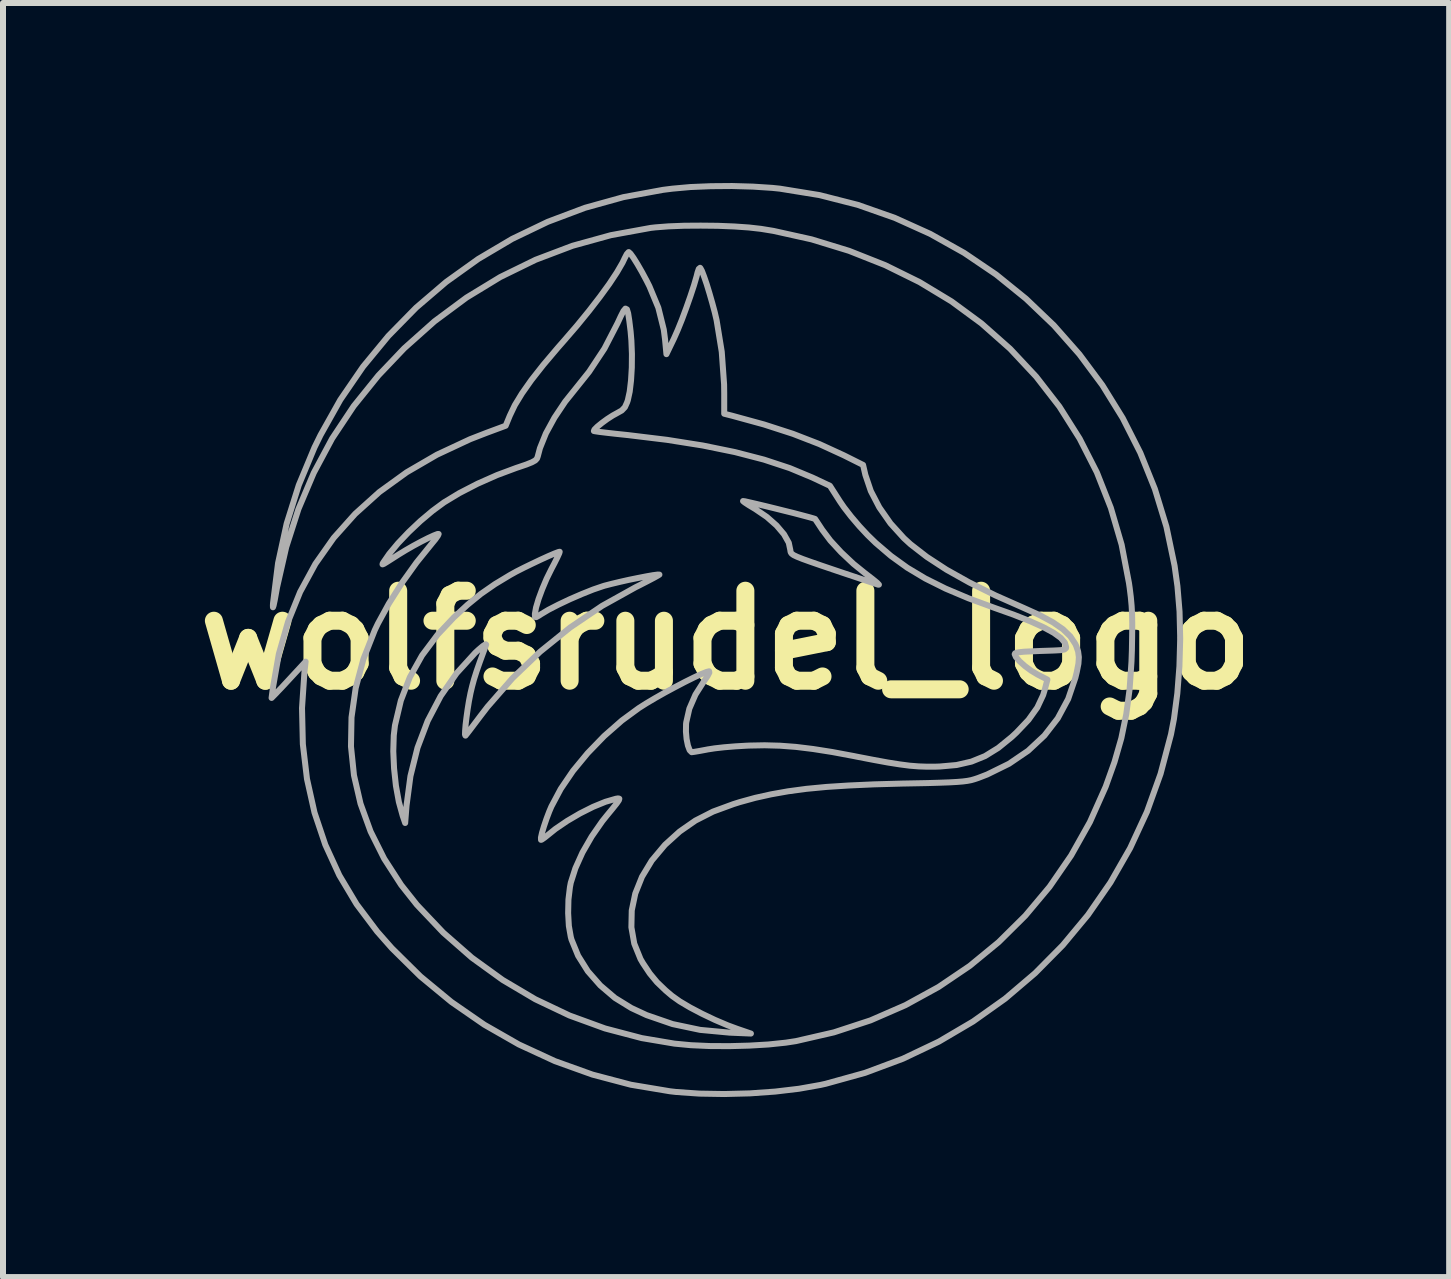
<source format=kicad_pcb>
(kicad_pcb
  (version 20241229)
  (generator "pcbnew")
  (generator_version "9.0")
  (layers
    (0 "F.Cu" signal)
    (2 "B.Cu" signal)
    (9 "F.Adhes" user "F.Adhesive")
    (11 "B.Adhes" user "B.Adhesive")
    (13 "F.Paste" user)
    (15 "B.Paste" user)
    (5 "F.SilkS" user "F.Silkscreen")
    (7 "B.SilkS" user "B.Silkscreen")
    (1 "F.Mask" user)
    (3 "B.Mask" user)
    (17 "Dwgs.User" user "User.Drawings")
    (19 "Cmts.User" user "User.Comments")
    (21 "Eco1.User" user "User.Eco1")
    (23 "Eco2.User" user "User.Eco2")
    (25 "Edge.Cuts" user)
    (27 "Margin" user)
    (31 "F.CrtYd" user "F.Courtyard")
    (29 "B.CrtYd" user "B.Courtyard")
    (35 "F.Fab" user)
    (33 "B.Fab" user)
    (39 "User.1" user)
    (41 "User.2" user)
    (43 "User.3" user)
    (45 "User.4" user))
  (footprint "wolfsrudel_logo"
    (layer "F.Cu")
    (at 9.05 7.616)
    (property "Reference" "wolfsrudel_logo" (at 0 0 0) (layer "F.SilkS") (effects (font (size 1.5 1.5) (thickness 0.3))))
    (attr board_only exclude_from_pos_files exclude_from_bom)
    (fp_poly (pts (xy 0.314 -2.312) (xy 0.393 -2.294) (xy 0.51 -2.267) (xy 0.653 -2.233) (xy 0.812 -2.194) (xy 0.976 -2.153) (xy 1.133 -2.114) (xy 1.273 -2.077) (xy 1.386 -2.047) (xy 1.459 -2.026) (xy 1.483 -2.018) (xy 1.503 -1.988) (xy 1.547 -1.922) (xy 1.602 -1.838) (xy 1.739 -1.656) (xy 1.918 -1.462) (xy 2.122 -1.27) (xy 2.315 -1.114) (xy 2.441 -1.017) (xy 2.518 -0.954) (xy 2.547 -0.923) (xy 2.535 -0.922) (xy 2.506 -0.932) (xy 2.425 -0.959) (xy 2.303 -1) (xy 2.146 -1.053) (xy 1.963 -1.114) (xy 1.8 -1.169) (xy 1.576 -1.245) (xy 1.403 -1.305) (xy 1.275 -1.351) (xy 1.185 -1.387) (xy 1.126 -1.415) (xy 1.093 -1.439) (xy 1.077 -1.462) (xy 1.072 -1.486) (xy 1.072 -1.492) (xy 1.045 -1.621) (xy 0.965 -1.763) (xy 0.841 -1.909) (xy 0.68 -2.051) (xy 0.486 -2.183) (xy 0.471 -2.192) (xy 0.378 -2.248) (xy 0.311 -2.292) (xy 0.283 -2.315) (xy 0.283 -2.316)) (stroke (width 0.1) (type solid)) (fill no) (layer "F.Fab"))
    (fp_poly (pts (xy -2.78 -1.446) (xy -2.811 -1.378) (xy -2.861 -1.278) (xy -2.909 -1.187) (xy -2.991 -1.021) (xy -3.064 -0.848) (xy -3.125 -0.683) (xy -3.167 -0.541) (xy -3.186 -0.436) (xy -3.186 -0.423) (xy -3.184 -0.385) (xy -3.165 -0.381) (xy -3.115 -0.409) (xy -3.087 -0.428) (xy -2.96 -0.504) (xy -2.793 -0.59) (xy -2.601 -0.681) (xy -2.402 -0.767) (xy -2.214 -0.842) (xy -2.053 -0.897) (xy -2.028 -0.905) (xy -1.912 -0.935) (xy -1.771 -0.969) (xy -1.62 -1.003) (xy -1.468 -1.034) (xy -1.33 -1.061) (xy -1.216 -1.081) (xy -1.138 -1.091) (xy -1.111 -1.09) (xy -1.134 -1.075) (xy -1.202 -1.037) (xy -1.307 -0.982) (xy -1.439 -0.914) (xy -1.509 -0.879) (xy -2.066 -0.569) (xy -2.598 -0.209) (xy -3.099 0.195) (xy -3.56 0.637) (xy -3.974 1.111) (xy -4.091 1.263) (xy -4.181 1.382) (xy -4.258 1.484) (xy -4.314 1.557) (xy -4.342 1.592) (xy -4.343 1.593) (xy -4.351 1.577) (xy -4.349 1.513) (xy -4.341 1.413) (xy -4.326 1.289) (xy -4.307 1.153) (xy -4.285 1.017) (xy -4.261 0.895) (xy -4.26 0.889) (xy -4.232 0.771) (xy -4.2 0.653) (xy -4.159 0.523) (xy -4.105 0.368) (xy -4.034 0.174) (xy -3.998 0.077) (xy -4.007 0.07) (xy -4.053 0.1) (xy -4.125 0.161) (xy -4.182 0.214) (xy -4.491 0.554) (xy -4.756 0.934) (xy -4.973 1.348) (xy -5.142 1.794) (xy -5.26 2.268) (xy -5.325 2.758) (xy -5.348 3.049) (xy -5.389 2.93) (xy -5.453 2.698) (xy -5.502 2.428) (xy -5.533 2.14) (xy -5.546 1.854) (xy -5.538 1.59) (xy -5.518 1.422) (xy -5.42 1.009) (xy -5.271 0.622) (xy -5.067 0.257) (xy -4.808 -0.089) (xy -4.538 -0.376) (xy -4.308 -0.588) (xy -4.087 -0.768) (xy -3.852 -0.931) (xy -3.597 -1.085) (xy -3.498 -1.14) (xy -3.372 -1.204) (xy -3.234 -1.271) (xy -3.095 -1.337) (xy -2.966 -1.396) (xy -2.861 -1.441) (xy -2.792 -1.467) (xy -2.773 -1.471)) (stroke (width 0.1) (type solid)) (fill no) (layer "F.Fab"))
    (fp_poly (pts (xy 0.449 -7.556) (xy 0.769 -7.535) (xy 0.896 -7.522) (xy 1.556 -7.415) (xy 2.195 -7.252) (xy 2.812 -7.035) (xy 3.403 -6.768) (xy 3.967 -6.452) (xy 4.5 -6.091) (xy 4.999 -5.687) (xy 5.463 -5.244) (xy 5.888 -4.762) (xy 6.271 -4.247) (xy 6.61 -3.699) (xy 6.903 -3.121) (xy 7.146 -2.517) (xy 7.338 -1.889) (xy 7.474 -1.24) (xy 7.522 -0.896) (xy 7.557 -0.474) (xy 7.568 -0.023) (xy 7.555 0.437) (xy 7.52 0.889) (xy 7.464 1.314) (xy 7.415 1.57) (xy 7.241 2.229) (xy 7.014 2.862) (xy 6.734 3.467) (xy 6.406 4.04) (xy 6.031 4.581) (xy 5.612 5.085) (xy 5.151 5.551) (xy 4.652 5.976) (xy 4.116 6.357) (xy 3.547 6.692) (xy 2.946 6.978) (xy 2.316 7.213) (xy 1.66 7.395) (xy 1.57 7.415) (xy 1.215 7.478) (xy 0.819 7.525) (xy 0.398 7.555) (xy -0.029 7.566) (xy -0.444 7.559) (xy -0.831 7.532) (xy -0.935 7.52) (xy -1.587 7.411) (xy -2.227 7.242) (xy -2.851 7.018) (xy -3.453 6.74) (xy -4.03 6.41) (xy -4.578 6.031) (xy -5.093 5.606) (xy -5.57 5.135) (xy -5.816 4.856) (xy -6.157 4.403) (xy -6.445 3.921) (xy -6.679 3.411) (xy -6.859 2.875) (xy -6.984 2.316) (xy -7.053 1.735) (xy -7.067 1.134) (xy -7.027 0.54) (xy -7.007 0.36) (xy -7.216 0.586) (xy -7.314 0.692) (xy -7.404 0.789) (xy -7.475 0.863) (xy -7.499 0.889) (xy -7.574 0.965) (xy -7.552 0.797) (xy -7.453 0.232) (xy -7.301 -0.301) (xy -7.098 -0.802) (xy -6.844 -1.269) (xy -6.539 -1.702) (xy -6.183 -2.101) (xy -5.778 -2.466) (xy -5.323 -2.795) (xy -4.819 -3.088) (xy -4.267 -3.346) (xy -3.989 -3.454) (xy -3.673 -3.571) (xy -3.604 -3.739) (xy -3.521 -3.913) (xy -3.401 -4.11) (xy -3.244 -4.333) (xy -3.045 -4.586) (xy -2.803 -4.872) (xy -2.696 -4.994) (xy -2.483 -5.241) (xy -2.283 -5.486) (xy -2.103 -5.719) (xy -1.946 -5.935) (xy -1.819 -6.127) (xy -1.726 -6.287) (xy -1.688 -6.367) (xy -1.654 -6.432) (xy -1.625 -6.464) (xy -1.622 -6.465) (xy -1.593 -6.439) (xy -1.542 -6.368) (xy -1.476 -6.262) (xy -1.4 -6.13) (xy -1.321 -5.982) (xy -1.278 -5.897) (xy -1.129 -5.538) (xy -1.038 -5.172) (xy -1.017 -5.009) (xy -0.994 -4.764) (xy -0.867 -5.028) (xy -0.806 -5.166) (xy -0.736 -5.339) (xy -0.664 -5.533) (xy -0.595 -5.729) (xy -0.535 -5.911) (xy -0.491 -6.062) (xy -0.476 -6.123) (xy -0.455 -6.184) (xy -0.433 -6.203) (xy -0.429 -6.2) (xy -0.403 -6.152) (xy -0.367 -6.058) (xy -0.323 -5.93) (xy -0.277 -5.779) (xy -0.231 -5.619) (xy -0.189 -5.463) (xy -0.158 -5.331) (xy -0.072 -4.803) (xy -0.033 -4.26) (xy -0.031 -4.108) (xy -0.031 -3.771) (xy 0.1 -3.738) (xy 0.633 -3.592) (xy 1.115 -3.436) (xy 1.554 -3.266) (xy 1.961 -3.079) (xy 1.977 -3.071) (xy 2.283 -2.918) (xy 2.321 -2.753) (xy 2.412 -2.483) (xy 2.554 -2.21) (xy 2.74 -1.944) (xy 2.963 -1.698) (xy 3.073 -1.597) (xy 3.344 -1.387) (xy 3.672 -1.173) (xy 4.056 -0.958) (xy 4.49 -0.743) (xy 4.955 -0.537) (xy 5.228 -0.414) (xy 5.446 -0.296) (xy 5.614 -0.18) (xy 5.737 -0.061) (xy 5.819 0.064) (xy 5.835 0.099) (xy 5.867 0.192) (xy 5.879 0.285) (xy 5.872 0.393) (xy 5.844 0.535) (xy 5.821 0.629) (xy 5.701 0.982) (xy 5.528 1.304) (xy 5.305 1.592) (xy 5.034 1.845) (xy 4.715 2.062) (xy 4.351 2.241) (xy 4.198 2.3) (xy 4.141 2.319) (xy 4.085 2.335) (xy 4.022 2.347) (xy 3.945 2.357) (xy 3.847 2.365) (xy 3.72 2.372) (xy 3.558 2.378) (xy 3.352 2.384) (xy 3.097 2.389) (xy 2.941 2.392) (xy 2.468 2.405) (xy 2.048 2.424) (xy 1.674 2.448) (xy 1.338 2.48) (xy 1.033 2.521) (xy 0.752 2.571) (xy 0.486 2.63) (xy 0.228 2.701) (xy 0.123 2.734) (xy -0.217 2.859) (xy -0.511 3.009) (xy -0.773 3.191) (xy -1.017 3.412) (xy -1.024 3.42) (xy -1.238 3.675) (xy -1.401 3.945) (xy -1.513 4.225) (xy -1.572 4.507) (xy -1.578 4.787) (xy -1.53 5.059) (xy -1.426 5.316) (xy -1.385 5.386) (xy -1.271 5.557) (xy -1.151 5.702) (xy -1.007 5.84) (xy -0.901 5.93) (xy -0.773 6.021) (xy -0.601 6.123) (xy -0.401 6.228) (xy -0.187 6.33) (xy 0.027 6.421) (xy 0.184 6.479) (xy 0.414 6.558) (xy 0.061 6.543) (xy -0.432 6.497) (xy -0.892 6.4) (xy -1.324 6.251) (xy -1.578 6.133) (xy -1.852 5.964) (xy -2.096 5.756) (xy -2.304 5.519) (xy -2.466 5.261) (xy -2.576 4.992) (xy -2.588 4.947) (xy -2.62 4.765) (xy -2.632 4.55) (xy -2.627 4.326) (xy -2.602 4.117) (xy -2.588 4.044) (xy -2.511 3.803) (xy -2.393 3.541) (xy -2.24 3.275) (xy -2.063 3.02) (xy -1.99 2.929) (xy -1.888 2.805) (xy -1.821 2.721) (xy -1.786 2.67) (xy -1.779 2.645) (xy -1.796 2.639) (xy -1.834 2.645) (xy -1.835 2.645) (xy -2.011 2.696) (xy -2.216 2.78) (xy -2.433 2.889) (xy -2.648 3.015) (xy -2.845 3.149) (xy -2.954 3.237) (xy -3.024 3.293) (xy -3.072 3.326) (xy -3.084 3.33) (xy -3.085 3.292) (xy -3.067 3.212) (xy -3.035 3.104) (xy -2.993 2.98) (xy -2.946 2.856) (xy -2.911 2.774) (xy -2.755 2.481) (xy -2.551 2.181) (xy -2.306 1.884) (xy -2.032 1.601) (xy -1.737 1.342) (xy -1.455 1.135) (xy -1.332 1.057) (xy -1.184 0.969) (xy -1.02 0.876) (xy -0.851 0.785) (xy -0.687 0.699) (xy -0.538 0.625) (xy -0.413 0.567) (xy -0.323 0.531) (xy -0.282 0.521) (xy -0.279 0.543) (xy -0.308 0.6) (xy -0.363 0.68) (xy -0.366 0.683) (xy -0.51 0.909) (xy -0.612 1.144) (xy -0.664 1.373) (xy -0.667 1.401) (xy -0.669 1.526) (xy -0.658 1.65) (xy -0.636 1.758) (xy -0.607 1.836) (xy -0.574 1.869) (xy -0.571 1.869) (xy -0.526 1.863) (xy -0.438 1.848) (xy -0.326 1.827) (xy -0.306 1.823) (xy -0.19 1.805) (xy -0.03 1.787) (xy 0.152 1.772) (xy 0.339 1.761) (xy 0.383 1.759) (xy 0.643 1.754) (xy 0.899 1.761) (xy 1.164 1.781) (xy 1.45 1.816) (xy 1.768 1.866) (xy 2.131 1.934) (xy 2.175 1.943) (xy 2.46 1.998) (xy 2.695 2.041) (xy 2.891 2.072) (xy 3.059 2.094) (xy 3.21 2.106) (xy 3.353 2.111) (xy 3.5 2.11) (xy 3.561 2.108) (xy 3.841 2.083) (xy 4.089 2.026) (xy 4.316 1.934) (xy 4.536 1.798) (xy 4.762 1.614) (xy 4.839 1.542) (xy 5.04 1.33) (xy 5.187 1.124) (xy 5.284 0.917) (xy 5.311 0.827) (xy 5.355 0.659) (xy 5.191 0.575) (xy 5.083 0.51) (xy 4.978 0.432) (xy 4.889 0.352) (xy 4.829 0.281) (xy 4.81 0.236) (xy 4.816 0.222) (xy 4.839 0.211) (xy 4.885 0.203) (xy 4.963 0.195) (xy 5.081 0.189) (xy 5.244 0.182) (xy 5.461 0.175) (xy 5.461 0.175) (xy 5.575 0.169) (xy 5.639 0.157) (xy 5.665 0.135) (xy 5.668 0.119) (xy 5.646 0.044) (xy 5.577 -0.036) (xy 5.459 -0.121) (xy 5.29 -0.213) (xy 5.068 -0.313) (xy 4.791 -0.423) (xy 4.473 -0.536) (xy 4.039 -0.696) (xy 3.658 -0.857) (xy 3.321 -1.025) (xy 3.02 -1.205) (xy 2.747 -1.402) (xy 2.493 -1.619) (xy 2.359 -1.749) (xy 2.221 -1.897) (xy 2.083 -2.059) (xy 1.964 -2.213) (xy 1.9 -2.306) (xy 1.731 -2.57) (xy 1.44 -2.707) (xy 1.061 -2.865) (xy 0.63 -3.007) (xy 0.148 -3.132) (xy -0.39 -3.242) (xy -0.983 -3.336) (xy -1.633 -3.415) (xy -1.67 -3.419) (xy -1.842 -3.437) (xy -1.991 -3.454) (xy -2.108 -3.468) (xy -2.182 -3.479) (xy -2.203 -3.483) (xy -2.193 -3.508) (xy -2.144 -3.557) (xy -2.069 -3.618) (xy -1.98 -3.683) (xy -1.89 -3.741) (xy -1.83 -3.774) (xy -1.739 -3.825) (xy -1.686 -3.88) (xy -1.649 -3.962) (xy -1.637 -3.998) (xy -1.606 -4.14) (xy -1.584 -4.326) (xy -1.571 -4.54) (xy -1.569 -4.767) (xy -1.578 -4.99) (xy -1.591 -5.143) (xy -1.613 -5.323) (xy -1.632 -5.445) (xy -1.652 -5.51) (xy -1.677 -5.523) (xy -1.71 -5.483) (xy -1.755 -5.395) (xy -1.808 -5.281) (xy -2.027 -4.857) (xy -2.283 -4.47) (xy -2.47 -4.236) (xy -2.681 -3.973) (xy -2.86 -3.705) (xy -3.003 -3.443) (xy -3.102 -3.197) (xy -3.138 -3.061) (xy -3.151 -3.024) (xy -3.18 -2.993) (xy -3.236 -2.962) (xy -3.328 -2.925) (xy -3.466 -2.878) (xy -3.491 -2.87) (xy -3.816 -2.749) (xy -4.141 -2.605) (xy -4.447 -2.447) (xy -4.7 -2.294) (xy -4.893 -2.152) (xy -5.094 -1.983) (xy -5.289 -1.799) (xy -5.466 -1.613) (xy -5.614 -1.435) (xy -5.714 -1.29) (xy -5.725 -1.27) (xy -5.725 -1.261) (xy -5.704 -1.269) (xy -5.656 -1.298) (xy -5.571 -1.352) (xy -5.454 -1.427) (xy -5.339 -1.497) (xy -5.212 -1.57) (xy -5.084 -1.639) (xy -4.966 -1.699) (xy -4.87 -1.743) (xy -4.808 -1.767) (xy -4.79 -1.767) (xy -4.802 -1.739) (xy -4.844 -1.679) (xy -4.901 -1.61) (xy -5.158 -1.292) (xy -5.401 -0.953) (xy -5.62 -0.607) (xy -5.802 -0.274) (xy -5.855 -0.163) (xy -6.044 0.318) (xy -6.173 0.803) (xy -6.242 1.289) (xy -6.251 1.773) (xy -6.201 2.254) (xy -6.092 2.727) (xy -5.924 3.191) (xy -5.698 3.643) (xy -5.415 4.081) (xy -5.153 4.412) (xy -4.714 4.875) (xy -4.237 5.293) (xy -3.724 5.664) (xy -3.18 5.986) (xy -2.61 6.257) (xy -2.017 6.473) (xy -1.405 6.634) (xy -0.86 6.726) (xy -0.587 6.752) (xy -0.276 6.766) (xy 0.054 6.768) (xy 0.387 6.759) (xy 0.707 6.74) (xy 0.994 6.71) (xy 1.164 6.684) (xy 1.798 6.538) (xy 2.408 6.338) (xy 2.989 6.085) (xy 3.541 5.782) (xy 4.06 5.431) (xy 4.543 5.034) (xy 4.987 4.594) (xy 5.391 4.112) (xy 5.75 3.591) (xy 6.063 3.034) (xy 6.327 2.442) (xy 6.327 2.441) (xy 6.473 2.033) (xy 6.587 1.636) (xy 6.669 1.236) (xy 6.725 0.817) (xy 6.756 0.362) (xy 6.763 0.169) (xy 6.767 -0.073) (xy 6.769 -0.267) (xy 6.766 -0.429) (xy 6.758 -0.574) (xy 6.745 -0.715) (xy 6.726 -0.868) (xy 6.714 -0.951) (xy 6.592 -1.588) (xy 6.412 -2.203) (xy 6.179 -2.794) (xy 5.892 -3.357) (xy 5.555 -3.89) (xy 5.168 -4.389) (xy 4.734 -4.853) (xy 4.255 -5.277) (xy 3.757 -5.643) (xy 3.224 -5.965) (xy 2.652 -6.247) (xy 2.049 -6.486) (xy 1.425 -6.677) (xy 0.79 -6.818) (xy 0.582 -6.852) (xy 0.38 -6.875) (xy 0.135 -6.892) (xy -0.138 -6.903) (xy -0.421 -6.906) (xy -0.7 -6.904) (xy -0.957 -6.894) (xy -1.177 -6.877) (xy -1.256 -6.868) (xy -1.919 -6.747) (xy -2.559 -6.57) (xy -3.174 -6.337) (xy -3.763 -6.049) (xy -4.325 -5.707) (xy -4.859 -5.311) (xy -5.364 -4.861) (xy -5.793 -4.41) (xy -6.205 -3.899) (xy -6.565 -3.358) (xy -6.871 -2.786) (xy -7.126 -2.184) (xy -7.33 -1.549) (xy -7.483 -0.879) (xy -7.495 -0.812) (xy -7.522 -0.663) (xy -7.541 -0.574) (xy -7.551 -0.546) (xy -7.552 -0.579) (xy -7.55 -0.613) (xy -7.466 -1.283) (xy -7.323 -1.939) (xy -7.121 -2.581) (xy -6.859 -3.21) (xy -6.758 -3.416) (xy -6.428 -4.004) (xy -6.05 -4.555) (xy -5.628 -5.067) (xy -5.165 -5.539) (xy -4.665 -5.967) (xy -4.13 -6.35) (xy -3.564 -6.685) (xy -2.97 -6.97) (xy -2.351 -7.203) (xy -1.71 -7.381) (xy -1.052 -7.502) (xy -0.894 -7.522) (xy -0.594 -7.549) (xy -0.255 -7.563) (xy 0.1 -7.566)) (stroke (width 0.1) (type solid)) (fill no) (layer "F.Fab")))
  (gr_rect
    (start -3 -3)
    (end 21.1 18.232)
    (stroke (width 0.1) (type default))
    (fill no)
    (layer "Edge.Cuts")))
</source>
